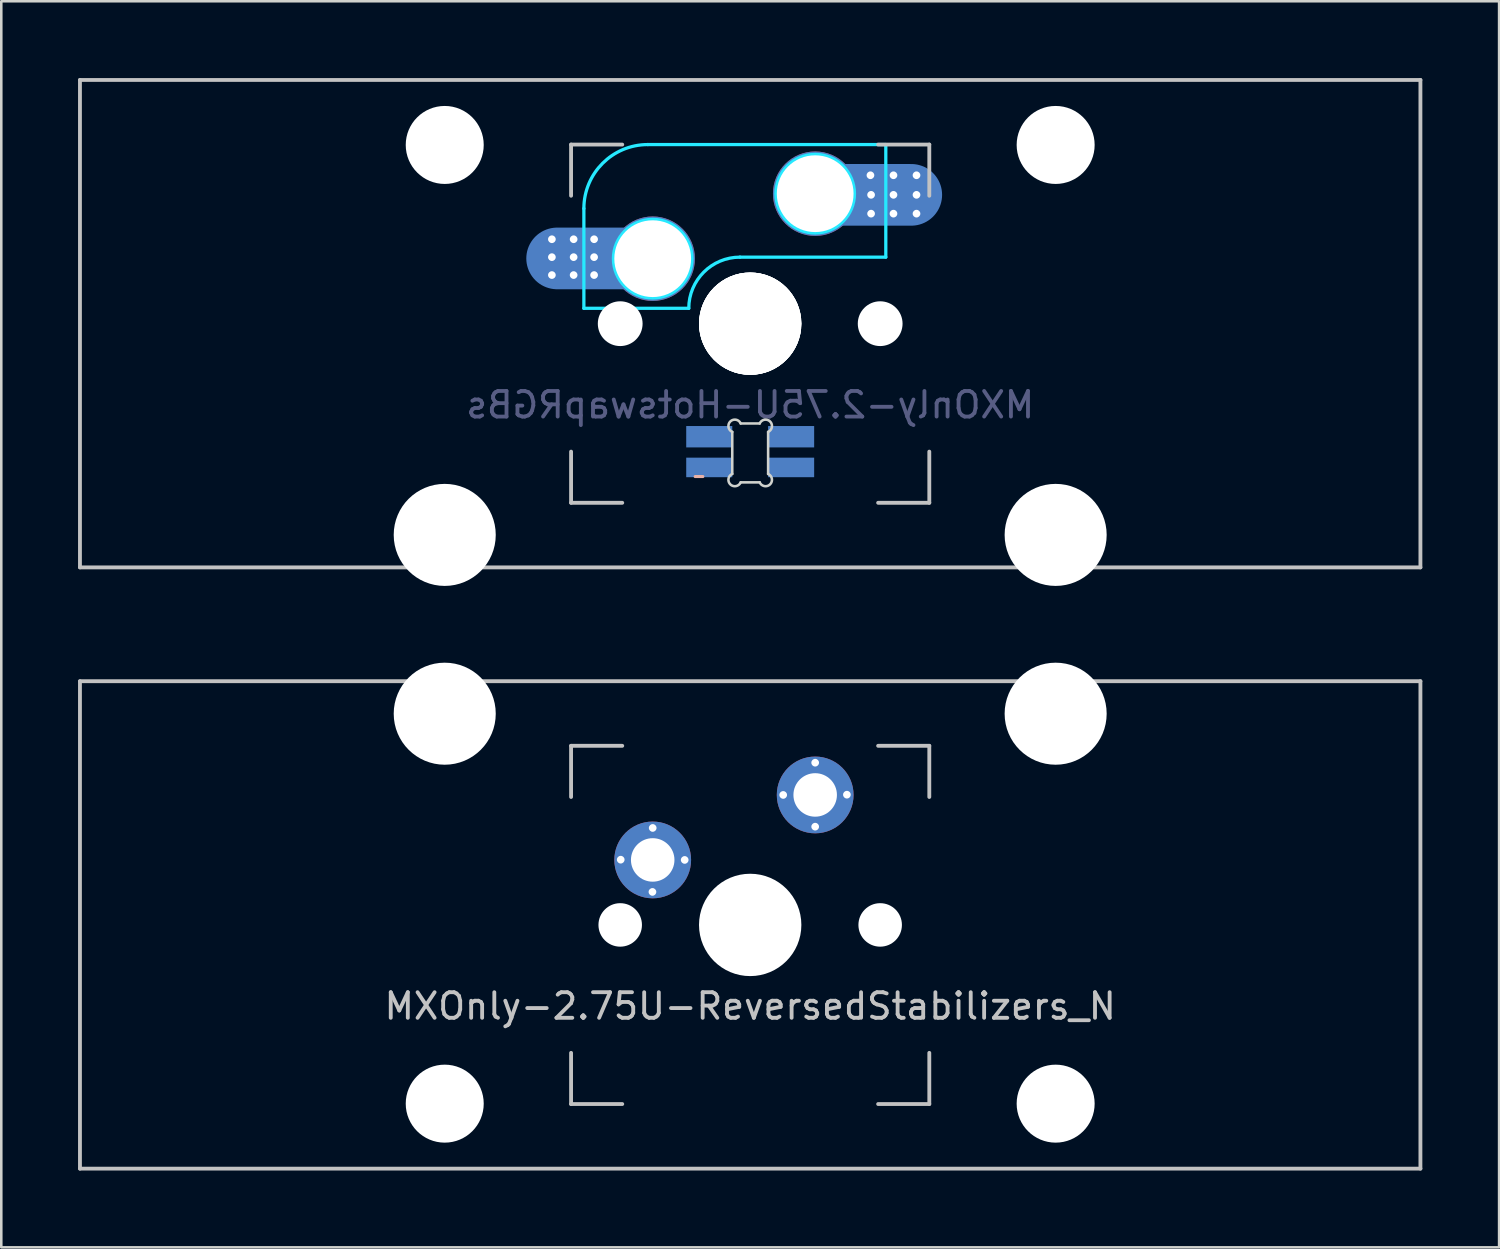
<source format=kicad_pcb>
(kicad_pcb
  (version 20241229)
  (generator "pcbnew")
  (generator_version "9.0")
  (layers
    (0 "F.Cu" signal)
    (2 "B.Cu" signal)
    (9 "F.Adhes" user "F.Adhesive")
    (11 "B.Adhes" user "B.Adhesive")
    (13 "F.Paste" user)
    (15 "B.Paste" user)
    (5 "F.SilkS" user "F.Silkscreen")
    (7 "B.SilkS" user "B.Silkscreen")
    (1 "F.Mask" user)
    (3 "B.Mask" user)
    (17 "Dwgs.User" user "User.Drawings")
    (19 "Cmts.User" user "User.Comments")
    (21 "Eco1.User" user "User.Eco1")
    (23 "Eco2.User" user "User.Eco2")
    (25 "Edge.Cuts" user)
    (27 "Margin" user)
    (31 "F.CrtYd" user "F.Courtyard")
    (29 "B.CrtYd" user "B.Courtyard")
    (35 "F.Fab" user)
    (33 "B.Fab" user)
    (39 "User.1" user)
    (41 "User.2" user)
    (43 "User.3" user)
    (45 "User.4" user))
  (footprint "MXOnly-2.75U-HotswapRGBs"
    (layer "F.Cu")
    (at 26.269 9.6)
    (property "Reference" "MXOnly-2.75U-HotswapRGBs" (at 0 3.175 0) (layer "B.Fab") (effects (font (size 1 1) (thickness 0.15)) (justify mirror)))
    (attr smd)
    (fp_line (start -2.15 5.975) (end -1.85 5.975) (stroke (width 0.12) (type solid)) (layer "B.SilkS"))
    (fp_line (start -26.194 -9.525) (end 26.194 -9.525) (stroke (width 0.15) (type solid)) (layer "Dwgs.User"))
    (fp_line (start -26.194 9.525) (end -26.194 -9.525) (stroke (width 0.15) (type solid)) (layer "Dwgs.User"))
    (fp_line (start -7 -7) (end -7 -5) (stroke (width 0.15) (type solid)) (layer "Dwgs.User"))
    (fp_line (start -7 5) (end -7 7) (stroke (width 0.15) (type solid)) (layer "Dwgs.User"))
    (fp_line (start -7 7) (end -5 7) (stroke (width 0.15) (type solid)) (layer "Dwgs.User"))
    (fp_line (start -5 -7) (end -7 -7) (stroke (width 0.15) (type solid)) (layer "Dwgs.User"))
    (fp_line (start 5 -7) (end 7 -7) (stroke (width 0.15) (type solid)) (layer "Dwgs.User"))
    (fp_line (start 5 7) (end 7 7) (stroke (width 0.15) (type solid)) (layer "Dwgs.User"))
    (fp_line (start 7 -5) (end 7 -7) (stroke (width 0.15) (type solid)) (layer "Dwgs.User"))
    (fp_line (start 7 7) (end 7 5) (stroke (width 0.15) (type solid)) (layer "Dwgs.User"))
    (fp_line (start 26.194 -9.525) (end 26.194 9.525) (stroke (width 0.15) (type solid)) (layer "Dwgs.User"))
    (fp_line (start 26.194 9.525) (end -26.194 9.525) (stroke (width 0.15) (type solid)) (layer "Dwgs.User"))
    (fp_line (start -0.701 5.873) (end -0.701 4.229) (stroke (width 0.1) (type solid)) (layer "Edge.Cuts"))
    (fp_line (start -0.372 3.9) (end 0.372 3.9) (stroke (width 0.1) (type solid)) (layer "Edge.Cuts"))
    (fp_line (start 0.372 6.202) (end -0.372 6.202) (stroke (width 0.1) (type solid)) (layer "Edge.Cuts"))
    (fp_line (start 0.701 4.229) (end 0.701 5.873) (stroke (width 0.1) (type solid)) (layer "Edge.Cuts"))
    (fp_arc (start -0.701007 4.229129) (mid -0.777791 3.823216) (end -0.371878 3.9) (stroke (width 0.1) (type solid)) (layer "Edge.Cuts"))
    (fp_arc (start -0.371878 6.202013) (mid -0.777748 6.278754) (end -0.701007 5.872884) (stroke (width 0.1) (type solid)) (layer "Edge.Cuts"))
    (fp_arc (start 0.371877 3.9) (mid 0.777804 3.823208) (end 0.701006 4.229129) (stroke (width 0.1) (type solid)) (layer "Edge.Cuts"))
    (fp_arc (start 0.701006 5.872884) (mid 0.777758 6.278765) (end 0.371877 6.202013) (stroke (width 0.1) (type solid)) (layer "Edge.Cuts"))
    (fp_line (start -6.5 -4.5) (end -6.5 -0.6) (stroke (width 0.127) (type solid)) (layer "B.CrtYd"))
    (fp_line (start -6.5 -0.6) (end -2.4 -0.6) (stroke (width 0.127) (type solid)) (layer "B.CrtYd"))
    (fp_line (start -0.4 -2.6) (end 5.3 -2.6) (stroke (width 0.127) (type solid)) (layer "B.CrtYd"))
    (fp_line (start 5.3 -7) (end -4 -7) (stroke (width 0.127) (type solid)) (layer "B.CrtYd"))
    (fp_line (start 5.3 -7) (end 5.3 -2.6) (stroke (width 0.127) (type solid)) (layer "B.CrtYd"))
    (fp_arc (start -6.5 -4.5) (mid -5.767767 -6.267767) (end -4 -7) (stroke (width 0.127) (type solid)) (layer "B.CrtYd"))
    (fp_arc (start -2.4 -0.6) (mid -1.814214 -2.014214) (end -0.4 -2.6) (stroke (width 0.127) (type solid)) (layer "B.CrtYd"))
    (fp_circle (center -3.81 -2.54) (end -2.286 -2.54) (stroke (width 0.15) (type solid)) (fill no) (layer "B.CrtYd"))
    (fp_circle (center 2.54 -5.08) (end 2.54 -6.604) (stroke (width 0.15) (type solid)) (fill no) (layer "B.CrtYd"))
    (pad "" np_thru_hole circle (at -11.938 -6.985) (size 3.048 3.048) (drill 3.048) (layers "*.Cu" "*.Mask"))
    (pad "" np_thru_hole circle (at -11.938 8.255) (size 3.988 3.988) (drill 3.988) (layers "*.Cu" "*.Mask"))
    (pad "" np_thru_hole circle (at -5.08 0 48.1) (size 1.75 1.75) (drill 1.75) (layers "*.Cu" "*.Mask"))
    (pad "" np_thru_hole circle (at 0 0) (size 3.988 3.988) (drill 3.988) (layers "*.Cu" "*.Mask"))
    (pad "" np_thru_hole circle (at 0 0) (size 3.988 3.988) (drill 3.988) (layers "*.Cu" "*.Mask"))
    (pad "" np_thru_hole circle (at 0 0) (size 4 4) (drill 4) (layers "*.Cu" "*.Mask"))
    (pad "" np_thru_hole circle (at 0 0) (size 4 4) (drill 4) (layers "*.Cu" "*.Mask"))
    (pad "" np_thru_hole circle (at 5.08 0 48.1) (size 1.75 1.75) (drill 1.75) (layers "*.Cu" "*.Mask"))
    (pad "" np_thru_hole circle (at 11.938 -6.985) (size 3.048 3.048) (drill 3.048) (layers "*.Cu" "*.Mask"))
    (pad "" np_thru_hole circle (at 11.938 8.255) (size 3.988 3.988) (drill 3.988) (layers "*.Cu" "*.Mask"))
    (pad "1" thru_hole circle (at 2.54 -5.08) (size 3.3 3.3) (drill 3) (layers "*.Cu" "B.Mask"))
    (pad "1" thru_hole circle (at 4.7 -5.8) (size 0.4 0.4) (drill 0.3) (layers "*.Cu" "B.Mask"))
    (pad "1" thru_hole circle (at 4.725 -5.035) (size 0.4 0.4) (drill 0.3) (layers "*.Cu" "B.Mask"))
    (pad "1" thru_hole circle (at 4.725 -4.3) (size 0.4 0.4) (drill 0.3) (layers "*.Cu" "B.Mask"))
    (pad "1" smd oval (at 4.75 -5.035) (size 5.5 2.41) (layers "B.Cu" "B.Mask" "B.Paste"))
    (pad "1" thru_hole circle (at 5.6 -5.8) (size 0.4 0.4) (drill 0.3) (layers "*.Cu" "B.Mask"))
    (pad "1" thru_hole circle (at 5.6 -5.035) (size 0.4 0.4) (drill 0.3) (layers "*.Cu" "B.Mask"))
    (pad "1" thru_hole circle (at 5.6 -4.3) (size 0.4 0.4) (drill 0.3) (layers "*.Cu" "B.Mask"))
    (pad "1" thru_hole circle (at 6.5 -5.8) (size 0.4 0.4) (drill 0.3) (layers "*.Cu" "B.Mask"))
    (pad "1" thru_hole circle (at 6.5 -5.035) (size 0.4 0.4) (drill 0.3) (layers "*.Cu" "B.Mask"))
    (pad "1" thru_hole circle (at 6.5 -4.3) (size 0.4 0.4) (drill 0.3) (layers "*.Cu" "B.Mask"))
    (pad "2" thru_hole circle (at -7.75 -3.3) (size 0.4 0.4) (drill 0.3) (layers "*.Cu" "B.Mask"))
    (pad "2" thru_hole circle (at -7.75 -2.6) (size 0.4 0.4) (drill 0.3) (layers "*.Cu" "B.Mask"))
    (pad "2" thru_hole circle (at -7.75 -1.9) (size 0.4 0.4) (drill 0.3) (layers "*.Cu" "B.Mask"))
    (pad "2" thru_hole circle (at -6.9 -3.3) (size 0.4 0.4) (drill 0.3) (layers "*.Cu" "B.Mask"))
    (pad "2" thru_hole circle (at -6.9 -2.6) (size 0.4 0.4) (drill 0.3) (layers "*.Cu" "B.Mask"))
    (pad "2" thru_hole circle (at -6.9 -1.9) (size 0.4 0.4) (drill 0.3) (layers "*.Cu" "B.Mask"))
    (pad "2" thru_hole circle (at -6.1 -3.3) (size 0.4 0.4) (drill 0.3) (layers "*.Cu" "B.Mask"))
    (pad "2" thru_hole circle (at -6.1 -2.6) (size 0.4 0.4) (drill 0.3) (layers "*.Cu" "B.Mask"))
    (pad "2" thru_hole circle (at -6.1 -1.9) (size 0.4 0.4) (drill 0.3) (layers "*.Cu" "B.Mask"))
    (pad "2" smd oval (at -6 -2.55) (size 5.5 2.41) (layers "B.Cu" "B.Mask" "B.Paste"))
    (pad "2" thru_hole circle (at -3.81 -2.54) (size 3.3 3.3) (drill 3) (layers "*.Cu" "B.Mask"))
    (pad "3" smd rect (at 1.6 4.418) (size 1.8 0.836) (layers "B.Cu" "B.Mask" "B.Paste"))
    (pad "4" smd rect (at -1.6 4.418) (size 1.8 0.836) (layers "B.Cu" "B.Mask" "B.Paste"))
    (pad "5" smd rect (at 1.6 5.618) (size 1.8 0.764) (layers "B.Cu" "B.Mask" "B.Paste"))
    (pad "6" smd rect (at -1.6 5.618) (size 1.8 0.764) (layers "B.Cu" "B.Mask" "B.Paste")))
  (footprint "MXOnly-2.75U-ReversedStabilizers_N"
    (layer "F.Cu")
    (at 26.269 33.098)
    (property "Reference" "MXOnly-2.75U-ReversedStabilizers_N" (at 0 3.175 0) (layer "Dwgs.User") (effects (font (size 1 1) (thickness 0.15))))
    (attr through_hole)
    (fp_line (start -26.194 -9.525) (end 26.194 -9.525) (stroke (width 0.15) (type solid)) (layer "Dwgs.User"))
    (fp_line (start -26.194 9.525) (end -26.194 -9.525) (stroke (width 0.15) (type solid)) (layer "Dwgs.User"))
    (fp_line (start -26.194 9.525) (end 26.194 9.525) (stroke (width 0.15) (type solid)) (layer "Dwgs.User"))
    (fp_line (start -7 -7) (end -7 -5) (stroke (width 0.15) (type solid)) (layer "Dwgs.User"))
    (fp_line (start -7 5) (end -7 7) (stroke (width 0.15) (type solid)) (layer "Dwgs.User"))
    (fp_line (start -7 7) (end -5 7) (stroke (width 0.15) (type solid)) (layer "Dwgs.User"))
    (fp_line (start -5 -7) (end -7 -7) (stroke (width 0.15) (type solid)) (layer "Dwgs.User"))
    (fp_line (start 5 -7) (end 7 -7) (stroke (width 0.15) (type solid)) (layer "Dwgs.User"))
    (fp_line (start 5 7) (end 7 7) (stroke (width 0.15) (type solid)) (layer "Dwgs.User"))
    (fp_line (start 7 -7) (end 7 -5) (stroke (width 0.15) (type solid)) (layer "Dwgs.User"))
    (fp_line (start 7 7) (end 7 5) (stroke (width 0.15) (type solid)) (layer "Dwgs.User"))
    (fp_line (start 26.194 -9.525) (end 26.194 9.525) (stroke (width 0.15) (type solid)) (layer "Dwgs.User"))
    (pad "" np_thru_hole circle (at -11.938 -8.255) (size 3.988 3.988) (drill 3.988) (layers "*.Cu" "*.Mask"))
    (pad "" np_thru_hole circle (at -11.938 6.985) (size 3.048 3.048) (drill 3.048) (layers "*.Cu" "*.Mask"))
    (pad "" np_thru_hole circle (at -5.08 0 48.099) (size 1.7 1.7) (drill 1.7) (layers "*.Cu" "*.Mask"))
    (pad "" np_thru_hole circle (at 0 0) (size 4 4) (drill 4) (layers "*.Cu" "*.Mask"))
    (pad "" np_thru_hole circle (at 5.08 0 48.099) (size 1.7 1.7) (drill 1.7) (layers "*.Cu" "*.Mask"))
    (pad "" np_thru_hole circle (at 11.938 -8.255) (size 3.988 3.988) (drill 3.988) (layers "*.Cu" "*.Mask"))
    (pad "" np_thru_hole circle (at 11.938 6.985) (size 3.048 3.048) (drill 3.048) (layers "*.Cu" "*.Mask"))
    (pad "1" thru_hole circle (at -5.06 -2.55 180) (size 0.4 0.4) (drill 0.3) (layers "*.Cu" "B.Mask"))
    (pad "1" thru_hole circle (at -3.82 -1.29 180) (size 0.4 0.4) (drill 0.3) (layers "*.Cu" "B.Mask"))
    (pad "1" thru_hole circle (at -3.81 -3.79 180) (size 0.4 0.4) (drill 0.3) (layers "*.Cu" "B.Mask"))
    (pad "1" thru_hole circle (at -3.81 -2.54) (size 3 3) (drill 1.7) (layers "*.Cu" "B.Mask"))
    (pad "1" thru_hole circle (at -2.56 -2.54 180) (size 0.4 0.4) (drill 0.3) (layers "*.Cu" "B.Mask"))
    (pad "2" thru_hole circle (at 1.29 -5.08 180) (size 0.4 0.4) (drill 0.3) (layers "*.Cu" "B.Mask"))
    (pad "2" thru_hole circle (at 2.54 -6.34 180) (size 0.4 0.4) (drill 0.3) (layers "*.Cu" "B.Mask"))
    (pad "2" thru_hole circle (at 2.54 -5.08) (size 3 3) (drill 1.7) (layers "*.Cu" "B.Mask"))
    (pad "2" thru_hole circle (at 2.54 -3.84 180) (size 0.4 0.4) (drill 0.3) (layers "*.Cu" "B.Mask"))
    (pad "2" thru_hole circle (at 3.78 -5.09 180) (size 0.4 0.4) (drill 0.3) (layers "*.Cu" "B.Mask")))
  (gr_rect
    (start -3 -3)
    (end 55.538 45.698)
    (stroke (width 0.1) (type default))
    (fill no)
    (layer "Edge.Cuts")))
</source>
